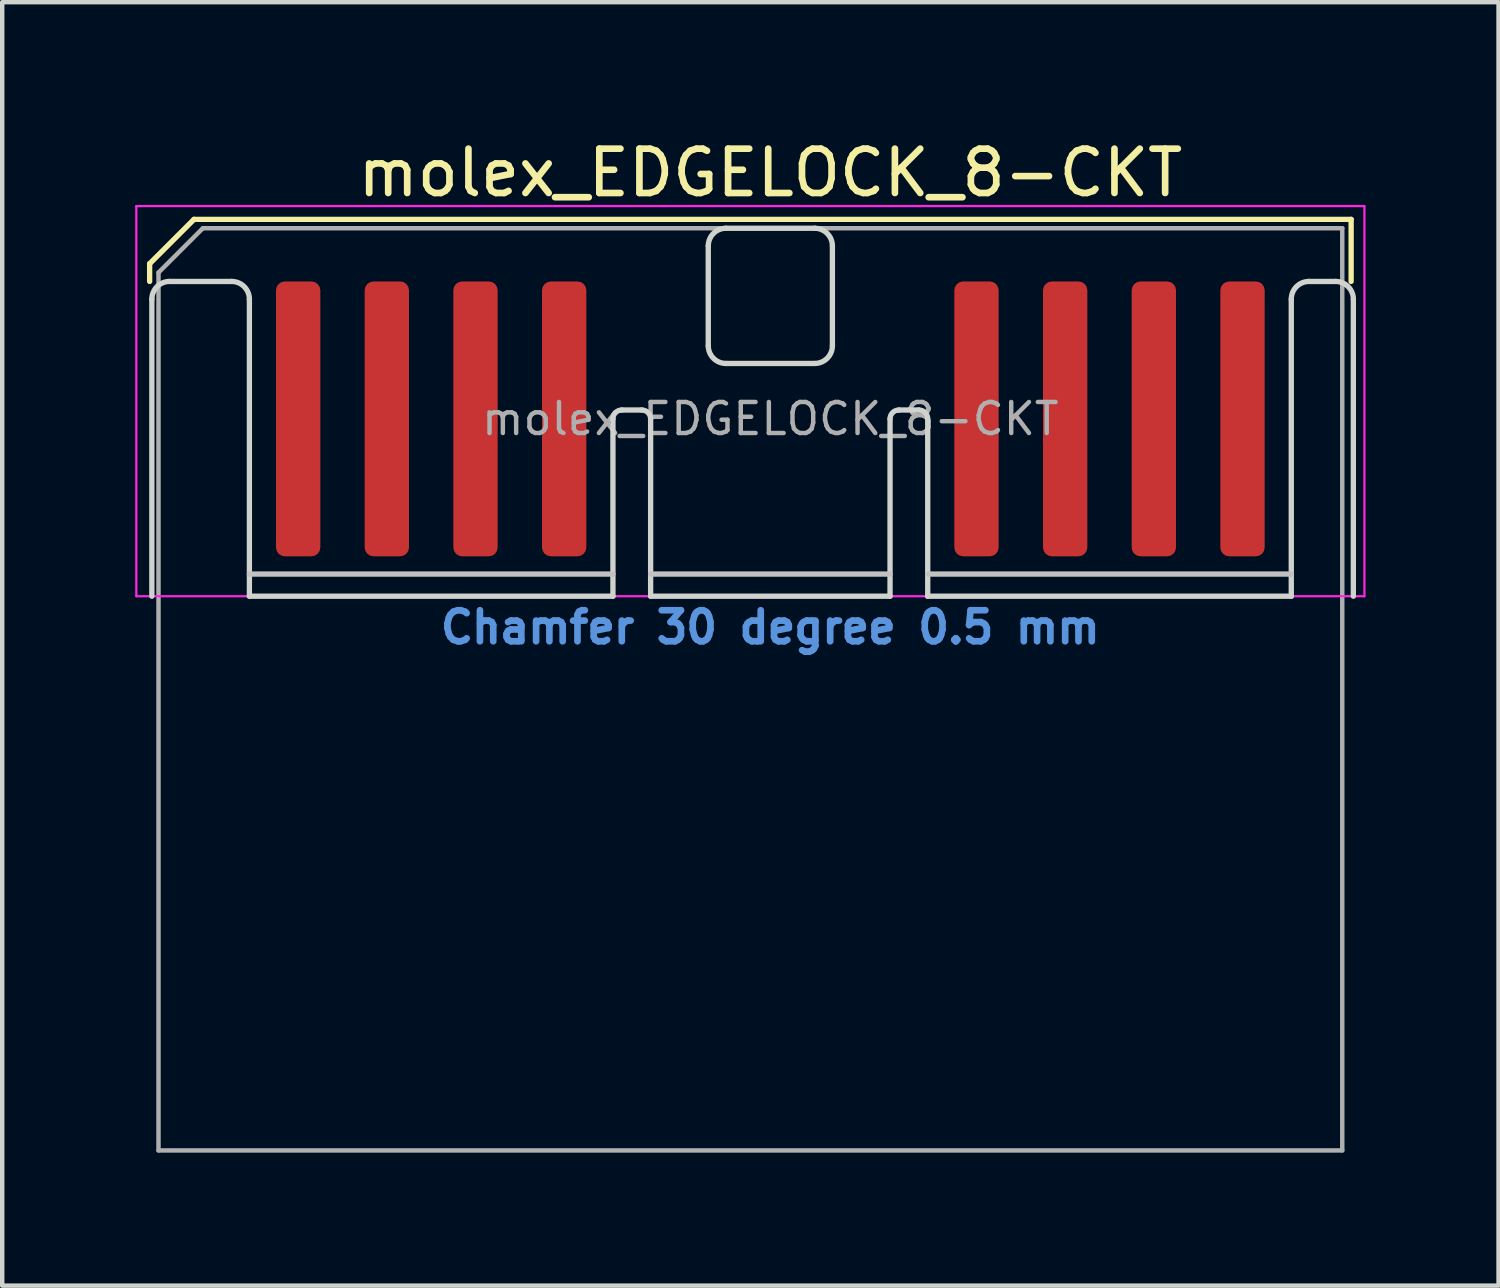
<source format=kicad_pcb>
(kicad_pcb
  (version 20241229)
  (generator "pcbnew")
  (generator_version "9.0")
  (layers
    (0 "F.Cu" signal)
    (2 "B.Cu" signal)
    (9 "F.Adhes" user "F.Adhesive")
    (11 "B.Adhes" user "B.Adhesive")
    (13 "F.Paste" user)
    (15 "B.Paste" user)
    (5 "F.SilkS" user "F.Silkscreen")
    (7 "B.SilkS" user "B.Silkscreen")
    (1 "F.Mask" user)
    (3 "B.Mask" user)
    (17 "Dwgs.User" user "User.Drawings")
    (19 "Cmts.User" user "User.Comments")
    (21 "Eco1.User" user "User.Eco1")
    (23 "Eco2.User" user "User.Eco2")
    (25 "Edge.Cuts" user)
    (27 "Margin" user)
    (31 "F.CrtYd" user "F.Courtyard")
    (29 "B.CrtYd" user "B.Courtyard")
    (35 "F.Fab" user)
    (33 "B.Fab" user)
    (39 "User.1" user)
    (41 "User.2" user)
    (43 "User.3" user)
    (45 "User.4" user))
  (footprint "molex_EDGELOCK_8-CKT"
    (layer "F.Cu")
    (at 14.325 6.398)
    (property "Reference" "molex_EDGELOCK_8-CKT" (at 0 -5.55 0) (layer "F.SilkS") (effects (font (size 1 1) (thickness 0.15))))
    (attr exclude_from_pos_files exclude_from_bom)
    (fp_line (start -14 -3.5) (end -13 -4.5) (stroke (width 0.12) (type solid)) (layer "F.SilkS"))
    (fp_line (start -14 -3.1) (end -14 -3.5) (stroke (width 0.12) (type solid)) (layer "F.SilkS"))
    (fp_line (start -13 -4.5) (end 13.1 -4.5) (stroke (width 0.12) (type solid)) (layer "F.SilkS"))
    (fp_line (start 13.1 -4.5) (end 13.1 -3.1) (stroke (width 0.12) (type solid)) (layer "F.SilkS"))
    (fp_line (start -11.75 3.5) (end -3.55 3.5) (stroke (width 0.12) (type solid)) (layer "Dwgs.User"))
    (fp_line (start -2.7 3.5) (end 2.7 3.5) (stroke (width 0.12) (type solid)) (layer "Dwgs.User"))
    (fp_line (start 3.55 3.5) (end 11.75 3.5) (stroke (width 0.12) (type solid)) (layer "Dwgs.User"))
    (fp_line (start -13.95 4) (end -13.95 -2.7) (stroke (width 0.12) (type solid)) (layer "Edge.Cuts"))
    (fp_line (start -13.55 -3.1) (end -12.15 -3.1) (stroke (width 0.12) (type solid)) (layer "Edge.Cuts"))
    (fp_line (start -11.75 -2.7) (end -11.75 4) (stroke (width 0.12) (type solid)) (layer "Edge.Cuts"))
    (fp_line (start -11.75 4) (end -3.55 4) (stroke (width 0.12) (type solid)) (layer "Edge.Cuts"))
    (fp_line (start -3.55 4) (end -3.55 0) (stroke (width 0.12) (type solid)) (layer "Edge.Cuts"))
    (fp_line (start -3.35 -0.2) (end -2.9 -0.2) (stroke (width 0.12) (type solid)) (layer "Edge.Cuts"))
    (fp_line (start -2.7 0) (end -2.7 4) (stroke (width 0.12) (type solid)) (layer "Edge.Cuts"))
    (fp_line (start -2.7 4) (end 2.7 4) (stroke (width 0.12) (type solid)) (layer "Edge.Cuts"))
    (fp_line (start -1.4 -3.9) (end -1.4 -1.65) (stroke (width 0.12) (type solid)) (layer "Edge.Cuts"))
    (fp_line (start -1 -1.25) (end 1 -1.25) (stroke (width 0.12) (type solid)) (layer "Edge.Cuts"))
    (fp_line (start 1 -4.3) (end -1 -4.3) (stroke (width 0.12) (type solid)) (layer "Edge.Cuts"))
    (fp_line (start 1.4 -1.65) (end 1.4 -3.9) (stroke (width 0.12) (type solid)) (layer "Edge.Cuts"))
    (fp_line (start 2.7 4) (end 2.7 0) (stroke (width 0.12) (type solid)) (layer "Edge.Cuts"))
    (fp_line (start 2.9 -0.2) (end 3.35 -0.2) (stroke (width 0.12) (type solid)) (layer "Edge.Cuts"))
    (fp_line (start 3.55 0) (end 3.55 4) (stroke (width 0.12) (type solid)) (layer "Edge.Cuts"))
    (fp_line (start 3.55 4) (end 11.75 4) (stroke (width 0.12) (type solid)) (layer "Edge.Cuts"))
    (fp_line (start 11.75 4) (end 11.75 -2.7) (stroke (width 0.12) (type solid)) (layer "Edge.Cuts"))
    (fp_line (start 12.15 -3.1) (end 12.75 -3.1) (stroke (width 0.12) (type solid)) (layer "Edge.Cuts"))
    (fp_line (start 13.15 -2.7) (end 13.15 4) (stroke (width 0.12) (type solid)) (layer "Edge.Cuts"))
    (fp_arc (start -13.95 -2.7) (mid -13.832843 -2.982843) (end -13.55 -3.1) (stroke (width 0.12) (type solid)) (layer "Edge.Cuts"))
    (fp_arc (start -12.15 -3.1) (mid -11.867157 -2.982843) (end -11.75 -2.7) (stroke (width 0.12) (type solid)) (layer "Edge.Cuts"))
    (fp_arc (start -3.55 0) (mid -3.491421 -0.141421) (end -3.35 -0.2) (stroke (width 0.12) (type solid)) (layer "Edge.Cuts"))
    (fp_arc (start -2.9 -0.2) (mid -2.758579 -0.141421) (end -2.7 0) (stroke (width 0.12) (type solid)) (layer "Edge.Cuts"))
    (fp_arc (start -1.4 -3.9) (mid -1.282843 -4.182843) (end -1 -4.3) (stroke (width 0.12) (type solid)) (layer "Edge.Cuts"))
    (fp_arc (start -1 -1.25) (mid -1.282843 -1.367157) (end -1.4 -1.65) (stroke (width 0.12) (type solid)) (layer "Edge.Cuts"))
    (fp_arc (start 1 -4.3) (mid 1.282843 -4.182843) (end 1.4 -3.9) (stroke (width 0.12) (type solid)) (layer "Edge.Cuts"))
    (fp_arc (start 1.4 -1.65) (mid 1.282843 -1.367157) (end 1 -1.25) (stroke (width 0.12) (type solid)) (layer "Edge.Cuts"))
    (fp_arc (start 2.7 0) (mid 2.758579 -0.141421) (end 2.9 -0.2) (stroke (width 0.12) (type solid)) (layer "Edge.Cuts"))
    (fp_arc (start 3.35 -0.2) (mid 3.491421 -0.141421) (end 3.55 0) (stroke (width 0.12) (type solid)) (layer "Edge.Cuts"))
    (fp_arc (start 11.75 -2.7) (mid 11.867157 -2.982843) (end 12.15 -3.1) (stroke (width 0.12) (type solid)) (layer "Edge.Cuts"))
    (fp_arc (start 12.75 -3.1) (mid 13.032843 -2.982843) (end 13.15 -2.7) (stroke (width 0.12) (type solid)) (layer "Edge.Cuts"))
    (fp_line (start -14.3 -4.8) (end -14.3 4) (stroke (width 0.05) (type solid)) (layer "F.CrtYd"))
    (fp_line (start -14.3 4) (end 13.4 4) (stroke (width 0.05) (type solid)) (layer "F.CrtYd"))
    (fp_line (start 13.4 -4.8) (end -14.3 -4.8) (stroke (width 0.05) (type solid)) (layer "F.CrtYd"))
    (fp_line (start 13.4 4) (end 13.4 -4.8) (stroke (width 0.05) (type solid)) (layer "F.CrtYd"))
    (fp_line (start -13.8 -3.3) (end -12.8 -4.3) (stroke (width 0.1) (type solid)) (layer "F.Fab"))
    (fp_line (start -13.8 16.5) (end -13.8 -3.3) (stroke (width 0.1) (type solid)) (layer "F.Fab"))
    (fp_line (start -12.8 -4.3) (end 12.9 -4.3) (stroke (width 0.1) (type solid)) (layer "F.Fab"))
    (fp_line (start 12.9 -4.3) (end 12.9 16.5) (stroke (width 0.1) (type solid)) (layer "F.Fab"))
    (fp_line (start 12.9 16.5) (end -13.8 16.5) (stroke (width 0.1) (type solid)) (layer "F.Fab"))
    (fp_text user "Chamfer 30 degree 0.5 mm" (at 0 4.7 0) (layer "Cmts.User") (effects (font (size 0.7 0.7) (thickness 0.15))))
    (fp_text user "${REFERENCE}" (at 0 0 0) (layer "F.Fab") (effects (font (size 0.7 0.7) (thickness 0.1))))
    (pad "1" connect roundrect (at -10.65 0) (size 1 6.2) (layers "F.Cu" "F.Mask") (roundrect_rratio 0.2))
    (pad "2" connect roundrect (at -8.65 0) (size 1 6.2) (layers "F.Cu" "F.Mask") (roundrect_rratio 0.2))
    (pad "3" connect roundrect (at -6.65 0) (size 1 6.2) (layers "F.Cu" "F.Mask") (roundrect_rratio 0.2))
    (pad "4" connect roundrect (at -4.65 0) (size 1 6.2) (layers "F.Cu" "F.Mask") (roundrect_rratio 0.2))
    (pad "5" connect roundrect (at 4.65 0) (size 1 6.2) (layers "F.Cu" "F.Mask") (roundrect_rratio 0.2))
    (pad "6" connect roundrect (at 6.65 0) (size 1 6.2) (layers "F.Cu" "F.Mask") (roundrect_rratio 0.2))
    (pad "7" connect roundrect (at 8.65 0) (size 1 6.2) (layers "F.Cu" "F.Mask") (roundrect_rratio 0.2))
    (pad "8" connect roundrect (at 10.65 0) (size 1 6.2) (layers "F.Cu" "F.Mask") (roundrect_rratio 0.2)))
  (gr_rect
    (start -3 -3)
    (end 30.75 25.948)
    (stroke (width 0.1) (type default))
    (fill no)
    (layer "Edge.Cuts")))
</source>
